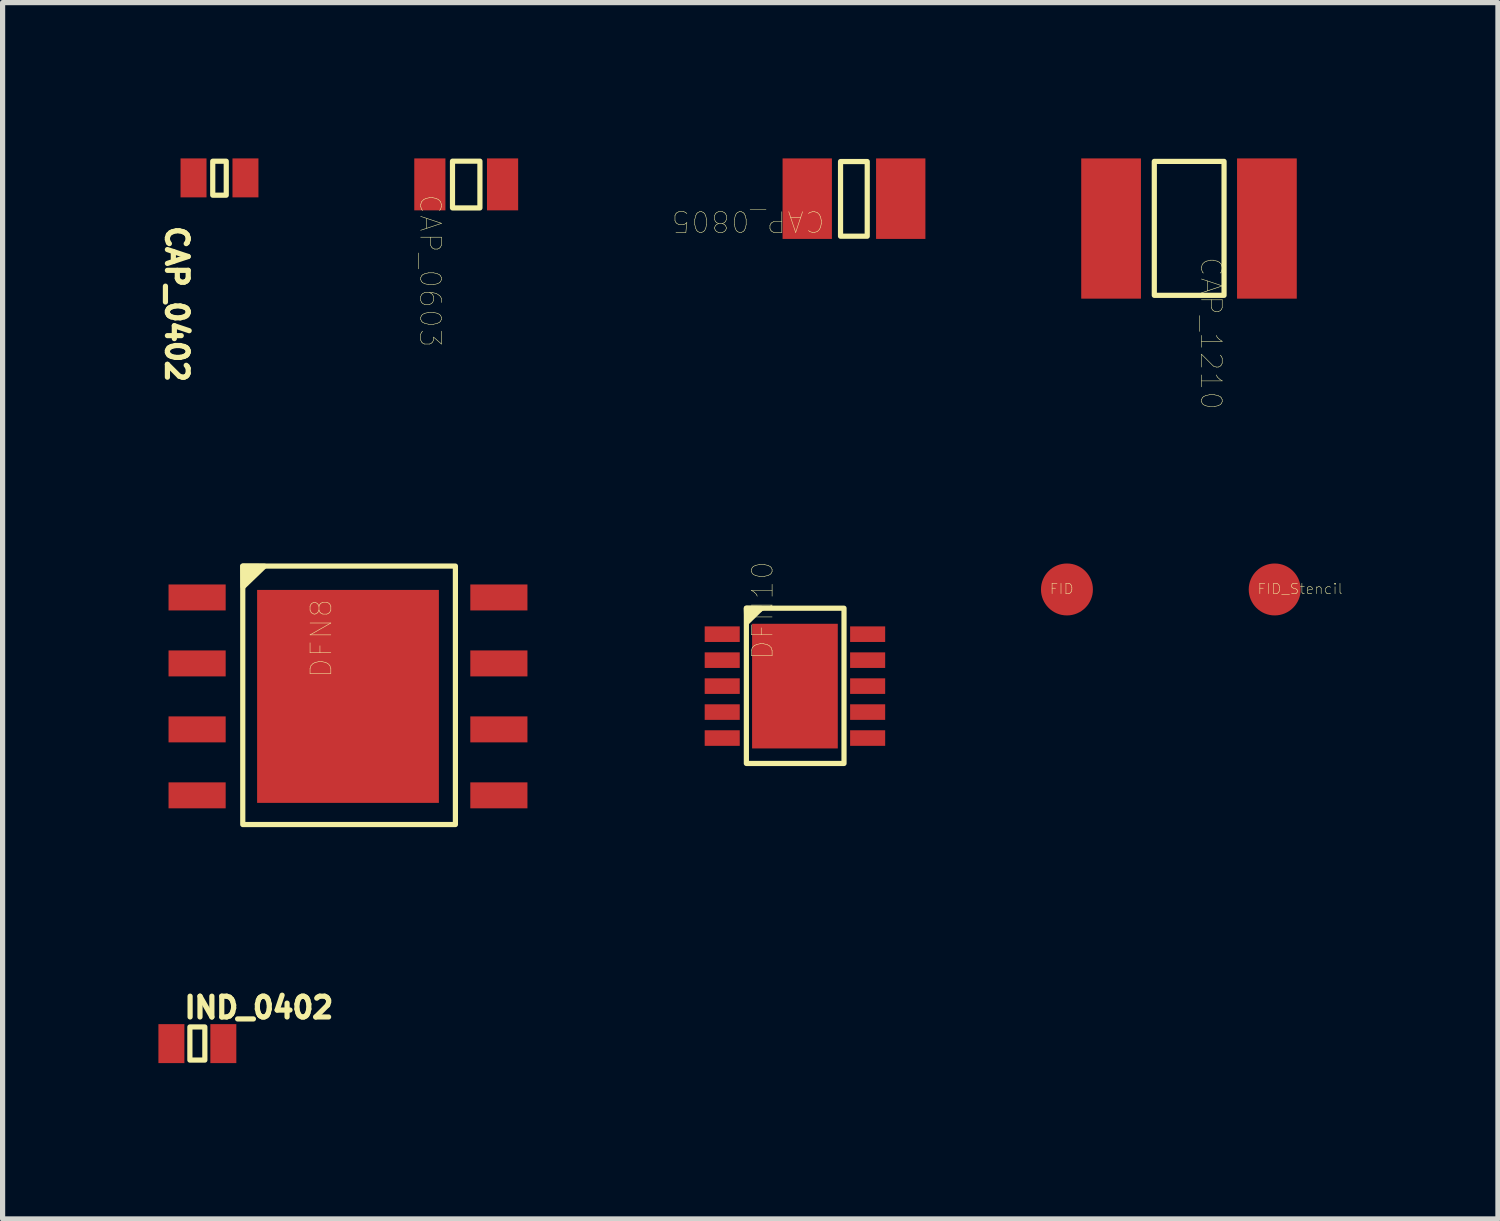
<source format=kicad_pcb>
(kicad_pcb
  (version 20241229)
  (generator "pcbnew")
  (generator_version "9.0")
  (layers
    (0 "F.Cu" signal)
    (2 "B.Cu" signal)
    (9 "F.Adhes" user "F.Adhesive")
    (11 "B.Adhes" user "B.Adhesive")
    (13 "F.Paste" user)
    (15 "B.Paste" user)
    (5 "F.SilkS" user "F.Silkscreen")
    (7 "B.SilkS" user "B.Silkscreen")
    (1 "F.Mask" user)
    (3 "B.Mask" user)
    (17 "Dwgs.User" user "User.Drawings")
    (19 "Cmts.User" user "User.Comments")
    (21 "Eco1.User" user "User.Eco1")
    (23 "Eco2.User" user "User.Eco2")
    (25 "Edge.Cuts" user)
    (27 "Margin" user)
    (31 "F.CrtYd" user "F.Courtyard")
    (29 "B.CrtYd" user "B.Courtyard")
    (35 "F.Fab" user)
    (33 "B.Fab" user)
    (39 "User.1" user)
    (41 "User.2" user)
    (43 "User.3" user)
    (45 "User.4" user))
  (footprint "DFN8"
    (layer "F.Cu")
    (at 3.65 10.358)
    (property "Reference" "DFN8" (at -0.281 -0.34 90) (unlocked yes) (layer "F.SilkS") (effects (font (size 0.4 0.4) (thickness 0.01)) (justify left bottom)))
    (fp_rect (start -2.026 -2.509) (end 2.068 2.467) (stroke (width 0.1) (type default)) (fill no) (layer "F.SilkS"))
    (fp_poly (pts (xy -2.026 -2.509) (xy -1.608 -2.507) (xy -2.019 -2.111)) (stroke (width 0.1) (type solid)) (fill yes) (layer "F.SilkS"))
    (fp_line (start -3 -2.5) (end -0.3 -2.5) (stroke (width 0.05) (type solid)) (layer "User.6"))
    (fp_line (start -3 2.5) (end -3 -2.5) (stroke (width 0.05) (type solid)) (layer "User.6"))
    (fp_line (start -3 2.5) (end 3 2.5) (stroke (width 0.05) (type solid)) (layer "User.6"))
    (fp_line (start 0.3 -2.5) (end 3 -2.5) (stroke (width 0.05) (type solid)) (layer "User.6"))
    (fp_line (start 3 2.5) (end 3 -2.5) (stroke (width 0.05) (type solid)) (layer "User.6"))
    (fp_arc (start 0.3 -2.5) (mid 0 -2.2) (end -0.3 -2.5) (stroke (width 0.05) (type solid)) (layer "User.6"))
    (fp_text user "1" (at -3.65 -1.75 180) (unlocked yes) (layer "User.6") (effects (font (face "Arial") (size 0.315 0.315) (thickness 0.254)) (justify left bottom mirror)))
    (pad "1" smd rect (at -2.905 -1.905 180) (size 1.1 0.5) (layers "F.Cu" "F.Mask" "F.Paste"))
    (pad "2" smd rect (at -2.905 -0.635 180) (size 1.1 0.5) (layers "F.Cu" "F.Mask" "F.Paste"))
    (pad "3" smd rect (at -2.905 0.635 180) (size 1.1 0.5) (layers "F.Cu" "F.Mask" "F.Paste"))
    (pad "4" smd rect (at -2.905 1.905 180) (size 1.1 0.5) (layers "F.Cu" "F.Mask" "F.Paste"))
    (pad "5" smd rect (at 2.905 1.905 180) (size 1.1 0.5) (layers "F.Cu" "F.Mask" "F.Paste"))
    (pad "6" smd rect (at 2.905 0.635 180) (size 1.1 0.5) (layers "F.Cu" "F.Mask" "F.Paste"))
    (pad "7" smd rect (at 2.905 -0.635 180) (size 1.1 0.5) (layers "F.Cu" "F.Mask" "F.Paste"))
    (pad "8" smd rect (at 2.905 -1.905 180) (size 1.1 0.5) (layers "F.Cu" "F.Mask" "F.Paste"))
    (pad "9" smd rect (at 0 0 180) (size 3.5 4.1) (layers "F.Cu" "F.Mask" "F.Paste")))
  (footprint "IND_0402"
    (layer "F.Cu")
    (at 0.75 17.043)
    (property "Reference" "IND_0402" (at -0.301 -0.459 0) (unlocked yes) (layer "F.SilkS") (effects (font (size 0.4 0.4) (thickness 0.1) (bold yes)) (justify left bottom)))
    (fp_rect (start -0.144 -0.321) (end 0.144 0.317) (stroke (width 0.1) (type default)) (fill no) (layer "F.SilkS"))
    (fp_line (start -0.5 0.3) (end -0.5 -0.3) (stroke (width 0.05) (type solid)) (layer "User.5"))
    (fp_line (start 0.5 -0.3) (end -0.5 -0.3) (stroke (width 0.05) (type solid)) (layer "User.5"))
    (fp_line (start 0.5 0.3) (end -0.5 0.3) (stroke (width 0.05) (type solid)) (layer "User.5"))
    (fp_line (start 0.5 0.3) (end 0.5 -0.3) (stroke (width 0.05) (type solid)) (layer "User.5"))
    (pad "1" smd rect (at -0.5 0) (size 0.5 0.75) (layers "F.Cu" "F.Mask" "F.Paste"))
    (pad "2" smd rect (at 0.5 0) (size 0.5 0.75) (layers "F.Cu" "F.Mask" "F.Paste"))
    (zone (net_name "") (layer "F.Cu") (hatch edge 0.5) (connect_pads) (min_thickness 0.25) (filled_areas_thickness no) (keepout (tracks allowed) (vias allowed) (pads allowed) (copperpour not_allowed) (footprints allowed)) (placement (enabled no)) (fill) (polygon (pts (xy 0.287 17.245) (xy 0.287 16.845) (xy 1.237 16.845) (xy 1.237 17.245)))))
  (footprint "FID"
    (layer "F.Cu")
    (at 17.492 8.299)
    (property "Reference" "FID" (at -0.34 0.106 0) (unlocked yes) (layer "F.SilkS") (effects (font (size 0.2 0.2) (thickness 0.01)) (justify left bottom)))
    (attr smd board_only exclude_from_bom)
    (fp_circle (center 0 0) (end 0 -0.25) (stroke (width 0.5) (type solid)) (fill no) (layer "User.2"))
    (pad "1" smd circle (at 0 0 180) (size 1 1) (layers "F.Cu" "F.Mask" "F.Paste")))
  (footprint "DFN10"
    (layer "F.Cu")
    (at 12.255 10.16)
    (property "Reference" "DFN10" (at -0.39 -0.487 90) (unlocked yes) (layer "F.SilkS") (effects (font (size 0.4 0.4) (thickness 0.01)) (justify left bottom)))
    (fp_rect (start -0.935 -1.5) (end 0.945 1.489) (stroke (width 0.1) (type default)) (fill no) (layer "F.SilkS"))
    (fp_poly (pts (xy -0.935 -1.5) (xy -0.649 -1.496) (xy -0.925 -1.226)) (stroke (width 0.1) (type solid)) (fill yes) (layer "F.SilkS"))
    (fp_line (start -1.5 -1.5) (end -0.3 -1.5) (stroke (width 0.05) (type solid)) (layer "User.6"))
    (fp_line (start -1.5 1.5) (end -1.5 -1.5) (stroke (width 0.05) (type solid)) (layer "User.6"))
    (fp_line (start -1.5 1.5) (end 1.5 1.5) (stroke (width 0.05) (type solid)) (layer "User.6"))
    (fp_line (start 0.3 -1.5) (end 1.5 -1.5) (stroke (width 0.05) (type solid)) (layer "User.6"))
    (fp_line (start 1.5 1.5) (end 1.5 -1.5) (stroke (width 0.05) (type solid)) (layer "User.6"))
    (fp_arc (start 0.3 -1.5) (mid 0 -1.2) (end -0.3 -1.5) (stroke (width 0.05) (type solid)) (layer "User.6"))
    (fp_text user "1" (at -2.15 -0.7 180) (unlocked yes) (layer "User.6") (effects (font (face "Arial") (size 0.63 0.63) (thickness 0.1)) (justify left bottom mirror)))
    (pad "1" smd rect (at -1.4 -1 180) (size 0.675 0.3) (layers "F.Cu" "F.Mask" "F.Paste"))
    (pad "2" smd rect (at -1.4 -0.5 180) (size 0.675 0.3) (layers "F.Cu" "F.Mask" "F.Paste"))
    (pad "3" smd rect (at -1.4 0 180) (size 0.675 0.3) (layers "F.Cu" "F.Mask" "F.Paste"))
    (pad "4" smd rect (at -1.4 0.5 180) (size 0.675 0.3) (layers "F.Cu" "F.Mask" "F.Paste"))
    (pad "5" smd rect (at -1.4 1 180) (size 0.675 0.3) (layers "F.Cu" "F.Mask" "F.Paste"))
    (pad "6" smd rect (at 1.4 1 180) (size 0.675 0.3) (layers "F.Cu" "F.Mask" "F.Paste"))
    (pad "7" smd rect (at 1.4 0.5 180) (size 0.675 0.3) (layers "F.Cu" "F.Mask" "F.Paste"))
    (pad "8" smd rect (at 1.4 0 180) (size 0.675 0.3) (layers "F.Cu" "F.Mask" "F.Paste"))
    (pad "9" smd rect (at 1.4 -0.5 180) (size 0.675 0.3) (layers "F.Cu" "F.Mask" "F.Paste"))
    (pad "10" smd rect (at 1.4 -1 180) (size 0.675 0.3) (layers "F.Cu" "F.Mask" "F.Paste"))
    (pad "11" smd rect (at 0 0 180) (size 1.65 2.4) (layers "F.Cu" "F.Mask" "F.Paste")))
  (footprint "FID_Stencil"
    (layer "F.Cu")
    (at 21.492 8.299)
    (property "Reference" "FID_Stencil" (at -0.34 0.106 0) (unlocked yes) (layer "F.SilkS") (effects (font (size 0.2 0.2) (thickness 0.01)) (justify left bottom)))
    (attr smd board_only exclude_from_bom)
    (fp_circle (center 0 0) (end 0.45 0) (stroke (width 0.1) (type solid)) (fill yes) (layer "F.Paste"))
    (fp_circle (center 0 0) (end 0 -0.25) (stroke (width 0.5) (type solid)) (fill no) (layer "User.2"))
    (pad "1" smd circle (at 0 0 180) (size 1 1) (layers "F.Cu" "F.Mask" "F.Paste")))
  (footprint "CAP_0805"
    (layer "F.Cu")
    (at 13.392 0.775)
    (property "Reference" "CAP_0805" (at -0.545 0.201 180) (unlocked yes) (layer "F.SilkS") (effects (font (size 0.4 0.4) (thickness 0.01)) (justify left bottom)))
    (fp_rect (start -0.259 -0.715) (end 0.255 0.723) (stroke (width 0.1) (type default)) (fill no) (layer "F.SilkS"))
    (pad "1" smd rect (at -0.9 0 180) (size 0.95 1.55) (layers "F.Cu" "F.Mask" "F.Paste"))
    (pad "2" smd rect (at 0.9 0 180) (size 0.95 1.55) (layers "F.Cu" "F.Mask" "F.Paste")))
  (footprint "CAP_0402"
    (layer "F.Cu")
    (at 1.176 0.375)
    (property "Reference" "CAP_0402" (at -1.057 0.876 270) (unlocked yes) (layer "F.SilkS") (effects (font (size 0.4 0.4) (thickness 0.1)) (justify left bottom)))
    (attr smd)
    (fp_rect (start -0.13 -0.321) (end 0.13 0.333) (stroke (width 0.1) (type default)) (fill no) (layer "F.SilkS"))
    (pad "1" smd rect (at -0.5 0) (size 0.5 0.75) (layers "F.Cu" "F.Mask" "F.Paste"))
    (pad "2" smd rect (at 0.5 0) (size 0.5 0.75) (layers "F.Cu" "F.Mask" "F.Paste"))
    (zone (net_name "") (layer "F.Cu") (hatch edge 0.5) (connect_pads) (min_thickness 0.25) (filled_areas_thickness no) (keepout (tracks allowed) (vias allowed) (pads allowed) (copperpour not_allowed) (footprints allowed)) (placement (enabled no)) (fill) (polygon (pts (xy 0.686 0.575) (xy 0.686 0.175) (xy 1.636 0.175) (xy 1.636 0.575)))))
  (footprint "CAP_0603"
    (layer "F.Cu")
    (at 5.926 0.5)
    (property "Reference" "CAP_0603" (at -0.926 0.172 270) (unlocked yes) (layer "F.SilkS") (effects (font (size 0.4 0.4) (thickness 0.01)) (justify left bottom)))
    (fp_rect (start -0.264 -0.447) (end 0.264 0.453) (stroke (width 0.1) (type default)) (fill no) (layer "F.SilkS"))
    (pad "1" smd rect (at -0.7 0 180) (size 0.6 1) (layers "F.Cu" "F.Mask" "F.Paste"))
    (pad "2" smd rect (at 0.7 0 180) (size 0.6 1) (layers "F.Cu" "F.Mask" "F.Paste")))
  (footprint "CAP_1210"
    (layer "F.Cu")
    (at 19.842 1.35)
    (property "Reference" "CAP_1210" (at 0.19 0.527 270) (unlocked yes) (layer "F.SilkS") (effects (font (size 0.4 0.4) (thickness 0.01)) (justify left bottom)))
    (fp_rect (start -0.668 -1.293) (end 0.675 1.286) (stroke (width 0.1) (type default)) (fill no) (layer "F.SilkS"))
    (pad "1" smd rect (at -1.5 0 180) (size 1.15 2.7) (layers "F.Cu" "F.Mask" "F.Paste"))
    (pad "2" smd rect (at 1.5 0 180) (size 1.15 2.7) (layers "F.Cu" "F.Mask" "F.Paste")))
  (gr_rect
    (start -3 -3)
    (end 25.79 20.418)
    (stroke (width 0.1) (type default))
    (fill no)
    (layer "Edge.Cuts")))
</source>
